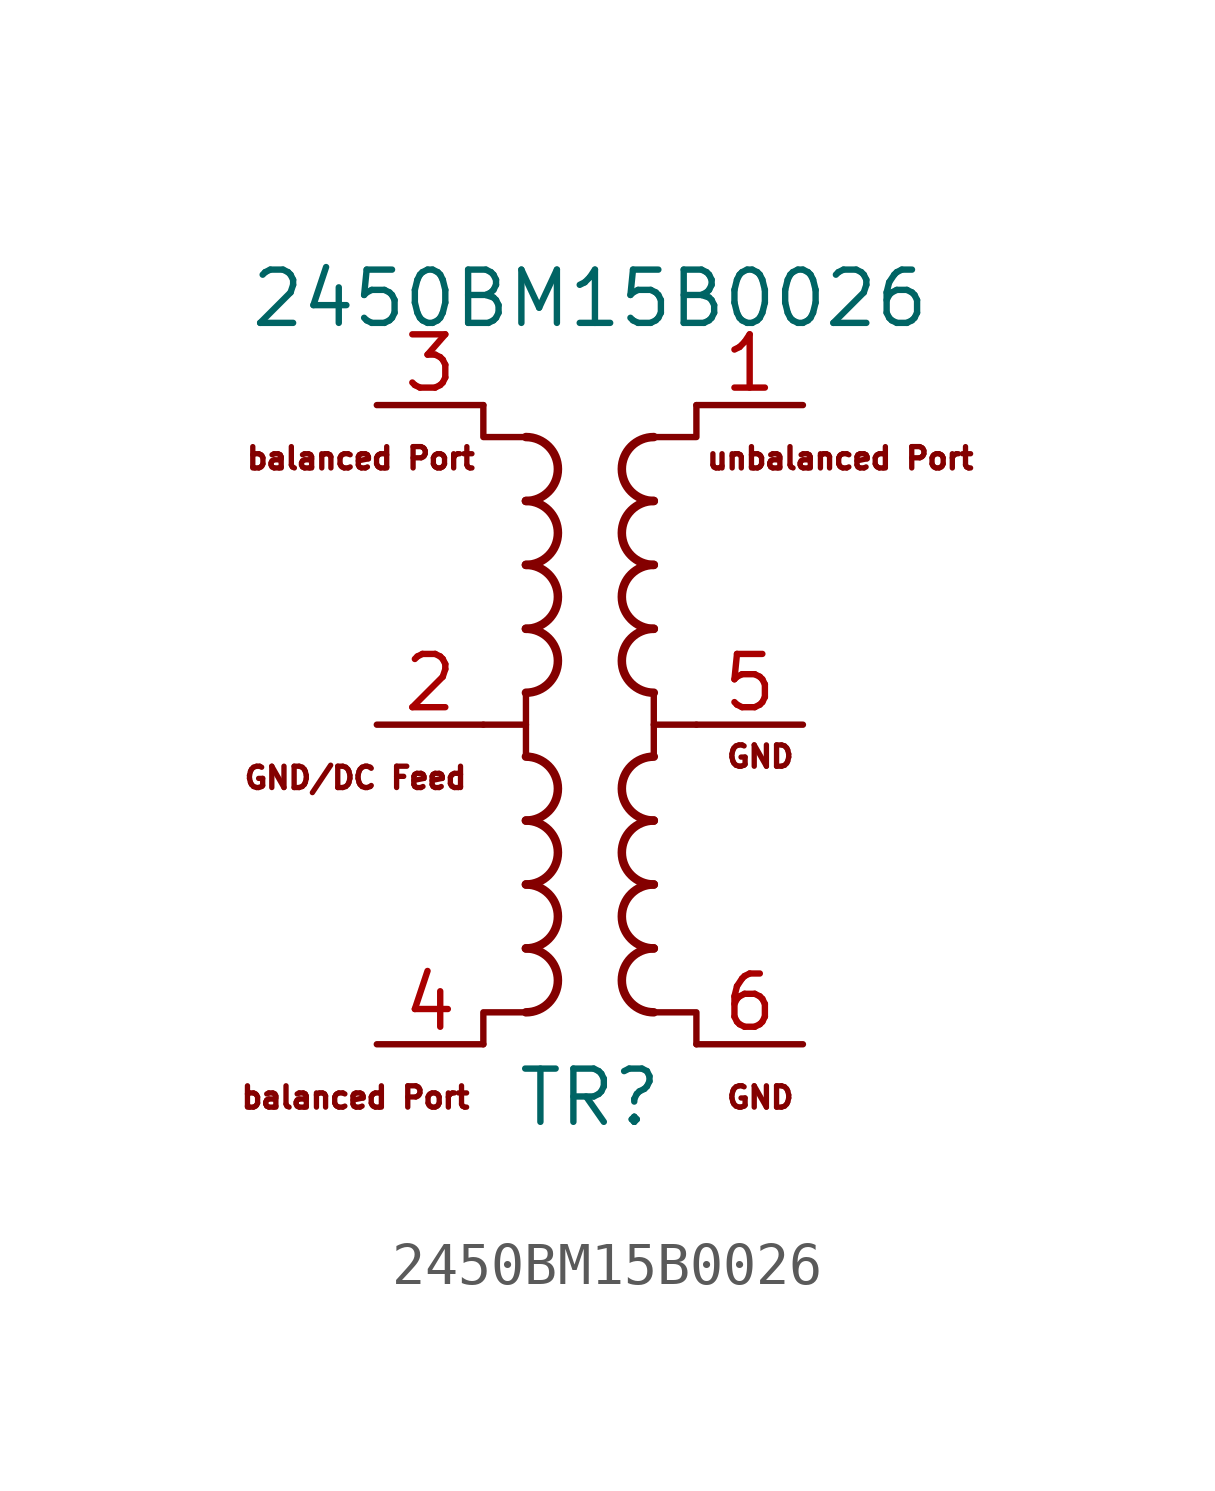
<source format=kicad_sym>
(kicad_symbol_lib
  (version 20211014)
  (generator kicad_symbol_editor)
  (symbol "2450BM15B0026"
    (pin_names hide)
    (property "Reference" "TR"
      (at 1.27 -8.89 0)
      (effects (font (size 1.27 1.27))))
    (property "Value" "2450BM15B0026"
      (at 1.27 10.16 0)
      (effects (font (size 1.27 1.27))))
    (symbol "2450BM15B0026_0_0"
      (polyline (pts (xy -1.27 0) (xy -0.254 0)) (stroke (width 0) (type default) (color 0 0 0 0)) (fill (type none)))
      (polyline (pts (xy 3.81 0) (xy 2.794 0)) (stroke (width 0) (type default) (color 0 0 0 0)) (fill (type none)))
      (text "balanced Port" (at -4.318 -8.89 0) (effects (font (size 0.508 0.508))))
      (text "GND" (at 5.334 -8.89 0) (effects (font (size 0.508 0.508))))
      (text "GND" (at 5.334 -0.762 0) (effects (font (size 0.508 0.508))))
      (text "GND/DC Feed" (at -4.318 -1.27 0) (effects (font (size 0.508 0.508)))))
    (symbol "2450BM15B0026_0_1"
      (arc (start -0.254 -6.858) (mid 0.508 -6.096) (end -0.254 -5.334) (stroke (width 0.2032) (type default) (color 0 0 0 0)) (fill (type none)))
      (arc (start -0.254 -5.334) (mid 0.508 -4.572) (end -0.254 -3.81) (stroke (width 0.2032) (type default) (color 0 0 0 0)) (fill (type none)))
      (arc (start -0.254 -3.81) (mid 0.508 -3.048) (end -0.254 -2.286) (stroke (width 0.2032) (type default) (color 0 0 0 0)) (fill (type none)))
      (arc (start -0.254 -2.286) (mid 0.508 -1.524) (end -0.254 -0.762) (stroke (width 0.2032) (type default) (color 0 0 0 0)) (fill (type none)))
      (arc (start -0.254 0.762) (mid 0.508 1.524) (end -0.254 2.286) (stroke (width 0.2032) (type default) (color 0 0 0 0)) (fill (type none)))
      (arc (start -0.254 2.286) (mid 0.508 3.048) (end -0.254 3.81) (stroke (width 0.2032) (type default) (color 0 0 0 0)) (fill (type none)))
      (arc (start -0.254 3.81) (mid 0.508 4.572) (end -0.254 5.334) (stroke (width 0.2032) (type default) (color 0 0 0 0)) (fill (type none)))
      (arc (start -0.254 5.334) (mid 0.508 6.096) (end -0.254 6.858) (stroke (width 0.2032) (type default) (color 0 0 0 0)) (fill (type none)))
      (polyline (pts (xy -0.254 -0.762) (xy -0.254 0.762)) (stroke (width 0) (type default) (color 0 0 0 0)) (fill (type none)))
      (polyline (pts (xy 2.794 -0.762) (xy 2.794 0.762)) (stroke (width 0) (type default) (color 0 0 0 0)) (fill (type none)))
      (polyline (pts (xy -0.254 -6.858) (xy -1.27 -6.858) (xy -1.27 -7.62)) (stroke (width 0) (type default) (color 0 0 0 0)) (fill (type none)))
      (polyline (pts (xy -0.254 6.858) (xy -1.27 6.858) (xy -1.27 7.62)) (stroke (width 0) (type default) (color 0 0 0 0)) (fill (type none)))
      (polyline (pts (xy 2.794 -6.858) (xy 3.81 -6.858) (xy 3.81 -7.62)) (stroke (width 0) (type default) (color 0 0 0 0)) (fill (type none)))
      (polyline (pts (xy 2.794 6.858) (xy 3.81 6.858) (xy 3.81 7.62)) (stroke (width 0) (type default) (color 0 0 0 0)) (fill (type none)))
      (arc (start 2.794 -5.334) (mid 2.032 -6.096) (end 2.794 -6.858) (stroke (width 0.2032) (type default) (color 0 0 0 0)) (fill (type none)))
      (arc (start 2.794 -3.81) (mid 2.032 -4.572) (end 2.794 -5.334) (stroke (width 0.2032) (type default) (color 0 0 0 0)) (fill (type none)))
      (arc (start 2.794 -2.286) (mid 2.032 -3.048) (end 2.794 -3.81) (stroke (width 0.2032) (type default) (color 0 0 0 0)) (fill (type none)))
      (arc (start 2.794 -0.762) (mid 2.032 -1.524) (end 2.794 -2.286) (stroke (width 0.2032) (type default) (color 0 0 0 0)) (fill (type none)))
      (arc (start 2.794 2.286) (mid 2.032 1.524) (end 2.794 0.762) (stroke (width 0.2032) (type default) (color 0 0 0 0)) (fill (type none)))
      (arc (start 2.794 3.81) (mid 2.032 3.048) (end 2.794 2.286) (stroke (width 0.2032) (type default) (color 0 0 0 0)) (fill (type none)))
      (arc (start 2.794 5.334) (mid 2.032 4.572) (end 2.794 3.81) (stroke (width 0.2032) (type default) (color 0 0 0 0)) (fill (type none)))
      (arc (start 2.794 6.858) (mid 2.032 6.096) (end 2.794 5.334) (stroke (width 0.2032) (type default) (color 0 0 0 0)) (fill (type none))))
    (symbol "2450BM15B0026_1_0"
      (text "balanced Port" (at -4.191 6.35 0) (effects (font (size 0.508 0.508))))
      (text "unbalanced Port" (at 7.239 6.35 0) (effects (font (size 0.508 0.508)))))
    (symbol "2450BM15B0026_1_1"
      (pin passive line (at 6.35 7.62 180) (length 2.54) (name "~" (effects (font (size 1.27 1.27)))) (number "1" (effects (font (size 1.27 1.27)))))
      (pin passive line (at -3.81 0 0) (length 2.54) (name "~" (effects (font (size 1.27 1.27)))) (number "2" (effects (font (size 1.27 1.27)))))
      (pin passive line (at -3.81 7.62 0) (length 2.54) (name "~" (effects (font (size 1.27 1.27)))) (number "3" (effects (font (size 1.27 1.27)))))
      (pin passive line (at -3.81 -7.62 0) (length 2.54) (name "~" (effects (font (size 1.27 1.27)))) (number "4" (effects (font (size 1.27 1.27)))))
      (pin passive line (at 6.35 0 180) (length 2.54) (name "GND" (effects (font (size 1.27 1.27)))) (number "5" (effects (font (size 1.27 1.27)))))
      (pin passive line (at 6.35 -7.62 180) (length 2.54) (name "~" (effects (font (size 1.27 1.27)))) (number "6" (effects (font (size 1.27 1.27))))))))
</source>
